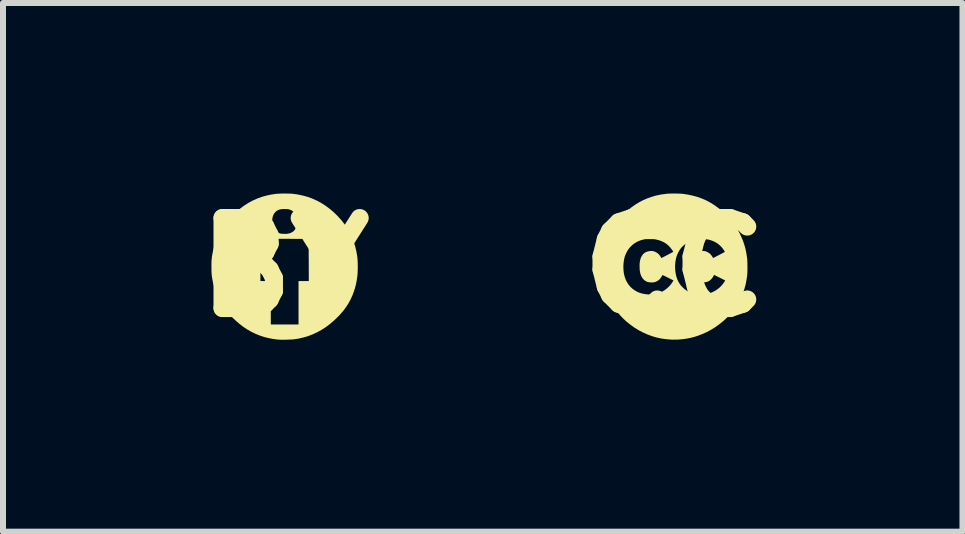
<source format=kicad_pcb>
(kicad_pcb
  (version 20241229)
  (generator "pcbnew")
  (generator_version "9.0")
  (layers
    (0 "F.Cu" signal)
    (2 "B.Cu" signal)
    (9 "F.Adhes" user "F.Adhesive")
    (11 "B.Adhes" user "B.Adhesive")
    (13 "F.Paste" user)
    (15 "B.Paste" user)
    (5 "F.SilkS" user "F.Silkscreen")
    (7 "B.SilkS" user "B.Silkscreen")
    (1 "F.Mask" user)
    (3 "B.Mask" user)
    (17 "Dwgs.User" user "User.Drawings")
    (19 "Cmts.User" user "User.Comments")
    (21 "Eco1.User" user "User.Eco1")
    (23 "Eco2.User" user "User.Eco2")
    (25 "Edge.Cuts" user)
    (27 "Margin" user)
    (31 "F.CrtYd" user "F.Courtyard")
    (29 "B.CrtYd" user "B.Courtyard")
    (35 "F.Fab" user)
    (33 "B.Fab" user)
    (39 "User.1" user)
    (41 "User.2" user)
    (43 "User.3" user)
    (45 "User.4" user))
  (footprint "CC"
    (layer "F.Cu")
    (at 8.186 1.404)
    (property "Reference" "CC" (at 0 0 0) (layer "F.SilkS") (effects (font (size 1.5 1.5) (thickness 0.3))))
    (attr board_only exclude_from_pos_files exclude_from_bom)
    (fp_poly (pts (xy 0.024 -1.229) (xy 0.053 -1.229) (xy 0.081 -1.228) (xy 0.107 -1.227) (xy 0.129 -1.225) (xy 0.145 -1.224) (xy 0.228 -1.211) (xy 0.308 -1.194) (xy 0.384 -1.173) (xy 0.457 -1.147) (xy 0.528 -1.116) (xy 0.596 -1.08) (xy 0.662 -1.039) (xy 0.727 -0.993) (xy 0.76 -0.967) (xy 0.825 -0.91) (xy 0.885 -0.852) (xy 0.94 -0.791) (xy 0.99 -0.727) (xy 1.035 -0.66) (xy 1.076 -0.589) (xy 1.09 -0.562) (xy 1.119 -0.499) (xy 1.145 -0.437) (xy 1.166 -0.374) (xy 1.184 -0.31) (xy 1.198 -0.243) (xy 1.209 -0.173) (xy 1.212 -0.152) (xy 1.214 -0.135) (xy 1.215 -0.113) (xy 1.216 -0.087) (xy 1.217 -0.058) (xy 1.217 -0.028) (xy 1.218 0.002) (xy 1.217 0.032) (xy 1.217 0.061) (xy 1.216 0.087) (xy 1.215 0.109) (xy 1.214 0.125) (xy 1.202 0.209) (xy 1.186 0.291) (xy 1.164 0.369) (xy 1.138 0.444) (xy 1.107 0.517) (xy 1.071 0.586) (xy 1.03 0.653) (xy 0.993 0.705) (xy 0.941 0.769) (xy 0.884 0.831) (xy 0.822 0.889) (xy 0.756 0.943) (xy 0.685 0.994) (xy 0.675 1.001) (xy 0.607 1.043) (xy 0.535 1.081) (xy 0.46 1.114) (xy 0.384 1.143) (xy 0.328 1.16) (xy 0.259 1.178) (xy 0.191 1.19) (xy 0.123 1.199) (xy 0.052 1.204) (xy -0.021 1.205) (xy -0.051 1.204) (xy -0.133 1.198) (xy -0.213 1.187) (xy -0.293 1.17) (xy -0.371 1.147) (xy -0.448 1.119) (xy -0.522 1.086) (xy -0.595 1.048) (xy -0.665 1.005) (xy -0.732 0.957) (xy -0.797 0.905) (xy -0.858 0.848) (xy -0.899 0.805) (xy -0.956 0.738) (xy -1.007 0.67) (xy -1.053 0.599) (xy -1.093 0.526) (xy -1.129 0.45) (xy -1.158 0.372) (xy -1.183 0.292) (xy -1.202 0.21) (xy -1.202 0.207) (xy -1.207 0.181) (xy -1.211 0.157) (xy -1.214 0.135) (xy -1.216 0.114) (xy -1.218 0.091) (xy -1.219 0.067) (xy -1.22 0.04) (xy -1.22 0.009) (xy -1.22 -0.01) (xy -0.85 -0.01) (xy -0.848 0.041) (xy -0.843 0.09) (xy -0.838 0.118) (xy -0.825 0.167) (xy -0.808 0.212) (xy -0.786 0.254) (xy -0.76 0.293) (xy -0.73 0.328) (xy -0.696 0.358) (xy -0.659 0.385) (xy -0.618 0.408) (xy -0.575 0.426) (xy -0.528 0.439) (xy -0.479 0.448) (xy -0.427 0.452) (xy -0.374 0.451) (xy -0.343 0.448) (xy -0.296 0.44) (xy -0.251 0.426) (xy -0.208 0.407) (xy -0.166 0.383) (xy -0.127 0.354) (xy -0.091 0.321) (xy -0.058 0.284) (xy -0.03 0.243) (xy -0.025 0.236) (xy -0.015 0.219) (xy -0.106 0.172) (xy -0.128 0.162) (xy -0.147 0.152) (xy -0.164 0.144) (xy -0.179 0.137) (xy -0.19 0.132) (xy -0.196 0.129) (xy -0.199 0.128) (xy -0.2 0.132) (xy -0.204 0.139) (xy -0.21 0.149) (xy -0.213 0.155) (xy -0.232 0.183) (xy -0.254 0.207) (xy -0.28 0.226) (xy -0.309 0.24) (xy -0.333 0.248) (xy -0.35 0.251) (xy -0.371 0.252) (xy -0.394 0.251) (xy -0.416 0.25) (xy -0.435 0.246) (xy -0.449 0.243) (xy -0.475 0.231) (xy -0.497 0.217) (xy -0.515 0.2) (xy -0.532 0.178) (xy -0.533 0.178) (xy -0.547 0.155) (xy -0.558 0.131) (xy -0.566 0.107) (xy -0.572 0.08) (xy -0.577 0.05) (xy -0.579 0.016) (xy -0.579 0.003) (xy -0.579 -0.01) (xy 0.012 -0.01) (xy 0.014 0.047) (xy 0.021 0.1) (xy 0.032 0.151) (xy 0.048 0.198) (xy 0.068 0.242) (xy 0.093 0.282) (xy 0.122 0.318) (xy 0.132 0.328) (xy 0.167 0.361) (xy 0.205 0.388) (xy 0.246 0.41) (xy 0.29 0.428) (xy 0.337 0.44) (xy 0.388 0.449) (xy 0.416 0.451) (xy 0.431 0.452) (xy 0.443 0.452) (xy 0.454 0.452) (xy 0.466 0.452) (xy 0.48 0.451) (xy 0.498 0.45) (xy 0.501 0.45) (xy 0.545 0.444) (xy 0.589 0.432) (xy 0.632 0.415) (xy 0.674 0.394) (xy 0.714 0.368) (xy 0.751 0.339) (xy 0.785 0.305) (xy 0.789 0.3) (xy 0.797 0.291) (xy 0.806 0.28) (xy 0.815 0.267) (xy 0.824 0.255) (xy 0.832 0.243) (xy 0.839 0.232) (xy 0.844 0.224) (xy 0.846 0.219) (xy 0.846 0.218) (xy 0.843 0.217) (xy 0.836 0.213) (xy 0.825 0.207) (xy 0.81 0.2) (xy 0.794 0.192) (xy 0.776 0.183) (xy 0.757 0.173) (xy 0.738 0.164) (xy 0.719 0.155) (xy 0.702 0.146) (xy 0.687 0.139) (xy 0.675 0.133) (xy 0.666 0.129) (xy 0.661 0.127) (xy 0.661 0.127) (xy 0.659 0.129) (xy 0.656 0.136) (xy 0.651 0.146) (xy 0.647 0.152) (xy 0.635 0.173) (xy 0.618 0.193) (xy 0.6 0.211) (xy 0.581 0.225) (xy 0.572 0.231) (xy 0.547 0.241) (xy 0.52 0.248) (xy 0.491 0.252) (xy 0.462 0.252) (xy 0.434 0.248) (xy 0.407 0.242) (xy 0.384 0.232) (xy 0.369 0.222) (xy 0.345 0.2) (xy 0.325 0.175) (xy 0.308 0.146) (xy 0.296 0.114) (xy 0.287 0.077) (xy 0.281 0.035) (xy 0.279 0.007) (xy 0.279 -0.04) (xy 0.283 -0.083) (xy 0.29 -0.123) (xy 0.301 -0.157) (xy 0.316 -0.188) (xy 0.334 -0.213) (xy 0.355 -0.235) (xy 0.38 -0.251) (xy 0.408 -0.263) (xy 0.426 -0.268) (xy 0.443 -0.271) (xy 0.462 -0.272) (xy 0.482 -0.272) (xy 0.499 -0.271) (xy 0.512 -0.269) (xy 0.521 -0.267) (xy 0.533 -0.262) (xy 0.546 -0.256) (xy 0.552 -0.253) (xy 0.577 -0.239) (xy 0.599 -0.22) (xy 0.619 -0.197) (xy 0.631 -0.18) (xy 0.637 -0.169) (xy 0.642 -0.161) (xy 0.646 -0.156) (xy 0.647 -0.155) (xy 0.649 -0.157) (xy 0.657 -0.16) (xy 0.668 -0.166) (xy 0.682 -0.173) (xy 0.698 -0.182) (xy 0.716 -0.191) (xy 0.735 -0.201) (xy 0.755 -0.211) (xy 0.774 -0.221) (xy 0.792 -0.231) (xy 0.808 -0.239) (xy 0.822 -0.247) (xy 0.832 -0.252) (xy 0.839 -0.256) (xy 0.841 -0.257) (xy 0.84 -0.26) (xy 0.836 -0.266) (xy 0.831 -0.276) (xy 0.824 -0.287) (xy 0.816 -0.299) (xy 0.812 -0.304) (xy 0.783 -0.341) (xy 0.749 -0.373) (xy 0.712 -0.402) (xy 0.672 -0.425) (xy 0.628 -0.444) (xy 0.603 -0.452) (xy 0.583 -0.458) (xy 0.566 -0.462) (xy 0.549 -0.465) (xy 0.532 -0.467) (xy 0.513 -0.469) (xy 0.492 -0.47) (xy 0.466 -0.47) (xy 0.451 -0.47) (xy 0.428 -0.47) (xy 0.409 -0.47) (xy 0.394 -0.469) (xy 0.382 -0.469) (xy 0.372 -0.468) (xy 0.362 -0.466) (xy 0.352 -0.464) (xy 0.35 -0.464) (xy 0.301 -0.45) (xy 0.255 -0.432) (xy 0.213 -0.409) (xy 0.173 -0.381) (xy 0.147 -0.359) (xy 0.114 -0.325) (xy 0.086 -0.287) (xy 0.063 -0.245) (xy 0.043 -0.2) (xy 0.028 -0.152) (xy 0.018 -0.1) (xy 0.013 -0.046) (xy 0.012 -0.01) (xy -0.579 -0.01) (xy -0.58 -0.036) (xy -0.578 -0.071) (xy -0.574 -0.101) (xy -0.568 -0.129) (xy -0.56 -0.154) (xy -0.554 -0.169) (xy -0.538 -0.197) (xy -0.519 -0.221) (xy -0.497 -0.241) (xy -0.471 -0.255) (xy -0.442 -0.265) (xy -0.409 -0.271) (xy -0.396 -0.272) (xy -0.381 -0.272) (xy -0.37 -0.272) (xy -0.36 -0.271) (xy -0.351 -0.269) (xy -0.339 -0.266) (xy -0.309 -0.253) (xy -0.282 -0.237) (xy -0.266 -0.223) (xy -0.258 -0.215) (xy -0.249 -0.204) (xy -0.239 -0.191) (xy -0.231 -0.179) (xy -0.225 -0.169) (xy -0.221 -0.161) (xy -0.219 -0.156) (xy -0.217 -0.155) (xy -0.214 -0.157) (xy -0.206 -0.16) (xy -0.195 -0.166) (xy -0.18 -0.173) (xy -0.163 -0.182) (xy -0.145 -0.191) (xy -0.126 -0.201) (xy -0.106 -0.212) (xy -0.087 -0.222) (xy -0.068 -0.231) (xy -0.052 -0.24) (xy -0.039 -0.247) (xy -0.028 -0.253) (xy -0.022 -0.256) (xy -0.02 -0.257) (xy -0.02 -0.261) (xy -0.024 -0.268) (xy -0.029 -0.277) (xy -0.035 -0.286) (xy -0.064 -0.325) (xy -0.095 -0.359) (xy -0.13 -0.389) (xy -0.168 -0.414) (xy -0.209 -0.434) (xy -0.255 -0.451) (xy -0.304 -0.463) (xy -0.305 -0.464) (xy -0.316 -0.466) (xy -0.327 -0.467) (xy -0.337 -0.469) (xy -0.349 -0.469) (xy -0.363 -0.47) (xy -0.381 -0.47) (xy -0.403 -0.47) (xy -0.412 -0.47) (xy -0.435 -0.47) (xy -0.453 -0.47) (xy -0.467 -0.47) (xy -0.479 -0.469) (xy -0.489 -0.468) (xy -0.498 -0.467) (xy -0.507 -0.465) (xy -0.518 -0.462) (xy -0.52 -0.462) (xy -0.569 -0.448) (xy -0.614 -0.429) (xy -0.657 -0.405) (xy -0.695 -0.377) (xy -0.73 -0.344) (xy -0.761 -0.308) (xy -0.787 -0.268) (xy -0.809 -0.224) (xy -0.827 -0.177) (xy -0.833 -0.154) (xy -0.842 -0.108) (xy -0.848 -0.06) (xy -0.85 -0.01) (xy -1.22 -0.01) (xy -1.22 -0.012) (xy -1.22 -0.048) (xy -1.219 -0.08) (xy -1.218 -0.108) (xy -1.216 -0.134) (xy -1.214 -0.159) (xy -1.21 -0.184) (xy -1.206 -0.21) (xy -1.2 -0.239) (xy -1.198 -0.249) (xy -1.18 -0.327) (xy -1.156 -0.403) (xy -1.126 -0.479) (xy -1.091 -0.552) (xy -1.052 -0.624) (xy -1.008 -0.693) (xy -0.96 -0.759) (xy -0.907 -0.822) (xy -0.851 -0.882) (xy -0.791 -0.938) (xy -0.728 -0.99) (xy -0.662 -1.038) (xy -0.593 -1.08) (xy -0.58 -1.088) (xy -0.514 -1.122) (xy -0.446 -1.151) (xy -0.376 -1.175) (xy -0.304 -1.196) (xy -0.228 -1.212) (xy -0.148 -1.223) (xy -0.13 -1.225) (xy -0.113 -1.227) (xy -0.091 -1.228) (xy -0.065 -1.229) (xy -0.037 -1.229) (xy -0.007 -1.229)) (stroke (width 0) (type solid)) (fill yes) (layer "F.SilkS")))
  (footprint "BY"
    (layer "F.Cu")
    (at 1.693 1.404)
    (property "Reference" "BY" (at 0 0 0) (layer "F.SilkS") (effects (font (size 1.5 1.5) (thickness 0.3))))
    (attr board_only exclude_from_pos_files exclude_from_bom)
    (fp_poly (pts (xy 0.035 -1.229) (xy 0.065 -1.228) (xy 0.09 -1.228) (xy 0.114 -1.227) (xy 0.136 -1.225) (xy 0.157 -1.222) (xy 0.18 -1.219) (xy 0.204 -1.216) (xy 0.23 -1.211) (xy 0.31 -1.194) (xy 0.388 -1.172) (xy 0.463 -1.144) (xy 0.537 -1.111) (xy 0.609 -1.072) (xy 0.678 -1.028) (xy 0.745 -0.979) (xy 0.81 -0.925) (xy 0.872 -0.865) (xy 0.896 -0.84) (xy 0.952 -0.777) (xy 1.002 -0.712) (xy 1.046 -0.645) (xy 1.086 -0.575) (xy 1.12 -0.504) (xy 1.149 -0.429) (xy 1.174 -0.352) (xy 1.193 -0.272) (xy 1.208 -0.189) (xy 1.212 -0.155) (xy 1.214 -0.135) (xy 1.215 -0.111) (xy 1.217 -0.083) (xy 1.217 -0.052) (xy 1.218 -0.02) (xy 1.218 0.013) (xy 1.217 0.045) (xy 1.216 0.075) (xy 1.215 0.102) (xy 1.213 0.125) (xy 1.212 0.138) (xy 1.204 0.195) (xy 1.195 0.249) (xy 1.184 0.299) (xy 1.171 0.347) (xy 1.156 0.394) (xy 1.154 0.4) (xy 1.128 0.47) (xy 1.097 0.537) (xy 1.062 0.601) (xy 1.022 0.663) (xy 0.977 0.724) (xy 0.926 0.783) (xy 0.88 0.831) (xy 0.816 0.892) (xy 0.75 0.948) (xy 0.683 0.998) (xy 0.614 1.042) (xy 0.543 1.081) (xy 0.471 1.115) (xy 0.396 1.144) (xy 0.319 1.167) (xy 0.24 1.186) (xy 0.158 1.199) (xy 0.149 1.2) (xy 0.137 1.201) (xy 0.119 1.202) (xy 0.097 1.203) (xy 0.073 1.204) (xy 0.047 1.205) (xy 0.02 1.206) (xy -0.006 1.206) (xy -0.032 1.206) (xy -0.055 1.206) (xy -0.074 1.206) (xy -0.09 1.205) (xy -0.094 1.205) (xy -0.112 1.204) (xy -0.135 1.201) (xy -0.161 1.198) (xy -0.187 1.194) (xy -0.212 1.19) (xy -0.235 1.186) (xy -0.249 1.183) (xy -0.328 1.165) (xy -0.406 1.14) (xy -0.481 1.11) (xy -0.554 1.075) (xy -0.625 1.034) (xy -0.694 0.988) (xy -0.761 0.936) (xy -0.826 0.879) (xy -0.872 0.835) (xy -0.931 0.77) (xy -0.985 0.704) (xy -1.033 0.636) (xy -1.076 0.565) (xy -1.113 0.493) (xy -1.145 0.419) (xy -1.171 0.343) (xy -1.192 0.264) (xy -1.199 0.228) (xy -0.404 0.228) (xy -0.319 0.229) (xy -0.233 0.23) (xy -0.232 0.591) (xy -0.231 0.952) (xy 0.000012 0.952) (xy 0.231 0.952) (xy 0.231 0.59) (xy 0.231 0.229) (xy 0.317 0.229) (xy 0.402 0.229) (xy 0.401 -0.086) (xy 0.401 -0.137) (xy 0.4 -0.183) (xy 0.4 -0.223) (xy 0.4 -0.259) (xy 0.4 -0.29) (xy 0.4 -0.316) (xy 0.399 -0.339) (xy 0.399 -0.358) (xy 0.399 -0.373) (xy 0.398 -0.386) (xy 0.398 -0.395) (xy 0.397 -0.402) (xy 0.397 -0.407) (xy 0.396 -0.41) (xy 0.396 -0.411) (xy 0.387 -0.427) (xy 0.375 -0.443) (xy 0.36 -0.456) (xy 0.344 -0.467) (xy 0.332 -0.472) (xy 0.327 -0.472) (xy 0.316 -0.473) (xy 0.3 -0.473) (xy 0.278 -0.473) (xy 0.25 -0.474) (xy 0.217 -0.474) (xy 0.178 -0.474) (xy 0.134 -0.474) (xy 0.085 -0.475) (xy 0.031 -0.475) (xy -0.003 -0.475) (xy -0.055 -0.475) (xy -0.101 -0.475) (xy -0.142 -0.475) (xy -0.179 -0.475) (xy -0.211 -0.475) (xy -0.238 -0.474) (xy -0.262 -0.474) (xy -0.282 -0.474) (xy -0.299 -0.473) (xy -0.313 -0.472) (xy -0.325 -0.472) (xy -0.334 -0.47) (xy -0.341 -0.469) (xy -0.347 -0.468) (xy -0.352 -0.466) (xy -0.356 -0.464) (xy -0.359 -0.461) (xy -0.362 -0.459) (xy -0.366 -0.455) (xy -0.369 -0.452) (xy -0.385 -0.436) (xy -0.395 -0.419) (xy -0.401 -0.399) (xy -0.401 -0.397) (xy -0.402 -0.391) (xy -0.402 -0.379) (xy -0.403 -0.362) (xy -0.403 -0.339) (xy -0.404 -0.31) (xy -0.404 -0.276) (xy -0.404 -0.236) (xy -0.404 -0.19) (xy -0.404 -0.138) (xy -0.404 -0.081) (xy -0.404 -0.076) (xy -0.404 0.228) (xy -1.199 0.228) (xy -1.202 0.214) (xy -1.207 0.187) (xy -1.211 0.163) (xy -1.214 0.14) (xy -1.216 0.117) (xy -1.218 0.094) (xy -1.219 0.069) (xy -1.22 0.041) (xy -1.22 0.009) (xy -1.22 -0.01) (xy -1.22 -0.045) (xy -1.22 -0.075) (xy -1.219 -0.102) (xy -1.217 -0.126) (xy -1.215 -0.148) (xy -1.213 -0.171) (xy -1.209 -0.194) (xy -1.205 -0.219) (xy -1.202 -0.234) (xy -1.185 -0.314) (xy -1.162 -0.391) (xy -1.133 -0.468) (xy -1.099 -0.542) (xy -1.059 -0.615) (xy -1.014 -0.686) (xy -0.963 -0.756) (xy -0.946 -0.776) (xy -0.207 -0.776) (xy -0.207 -0.753) (xy -0.206 -0.727) (xy -0.204 -0.705) (xy -0.201 -0.69) (xy -0.201 -0.689) (xy -0.19 -0.657) (xy -0.175 -0.63) (xy -0.156 -0.608) (xy -0.133 -0.589) (xy -0.106 -0.575) (xy -0.075 -0.564) (xy -0.062 -0.561) (xy -0.047 -0.559) (xy -0.028 -0.558) (xy -0.007 -0.557) (xy 0.015 -0.557) (xy 0.035 -0.558) (xy 0.051 -0.56) (xy 0.056 -0.561) (xy 0.09 -0.569) (xy 0.118 -0.582) (xy 0.143 -0.598) (xy 0.164 -0.619) (xy 0.18 -0.644) (xy 0.193 -0.673) (xy 0.198 -0.689) (xy 0.2 -0.703) (xy 0.202 -0.722) (xy 0.204 -0.745) (xy 0.204 -0.753) (xy 0.205 -0.772) (xy 0.205 -0.788) (xy 0.204 -0.8) (xy 0.203 -0.812) (xy 0.2 -0.824) (xy 0.2 -0.827) (xy 0.191 -0.86) (xy 0.177 -0.889) (xy 0.16 -0.913) (xy 0.138 -0.933) (xy 0.113 -0.95) (xy 0.083 -0.962) (xy 0.074 -0.965) (xy 0.064 -0.967) (xy 0.055 -0.969) (xy 0.045 -0.97) (xy 0.032 -0.97) (xy 0.016 -0.971) (xy -0.001 -0.971) (xy -0.027 -0.971) (xy -0.049 -0.969) (xy -0.067 -0.967) (xy -0.083 -0.963) (xy -0.099 -0.958) (xy -0.114 -0.951) (xy -0.118 -0.949) (xy -0.137 -0.937) (xy -0.156 -0.92) (xy -0.172 -0.901) (xy -0.185 -0.88) (xy -0.186 -0.879) (xy -0.195 -0.856) (xy -0.202 -0.832) (xy -0.206 -0.806) (xy -0.207 -0.776) (xy -0.946 -0.776) (xy -0.923 -0.804) (xy -0.864 -0.869) (xy -0.802 -0.928) (xy -0.738 -0.982) (xy -0.671 -1.031) (xy -0.602 -1.075) (xy -0.531 -1.113) (xy -0.457 -1.146) (xy -0.38 -1.174) (xy -0.301 -1.196) (xy -0.22 -1.213) (xy -0.212 -1.214) (xy -0.187 -1.218) (xy -0.165 -1.221) (xy -0.143 -1.224) (xy -0.121 -1.226) (xy -0.098 -1.227) (xy -0.073 -1.228) (xy -0.044 -1.229) (xy -0.011 -1.229) (xy 0.001 -1.229)) (stroke (width 0) (type solid)) (fill yes) (layer "F.SilkS")))
  (gr_rect
    (start -3 -3)
    (end 12.986 5.808)
    (stroke (width 0.1) (type default))
    (fill no)
    (layer "Edge.Cuts")))
</source>
